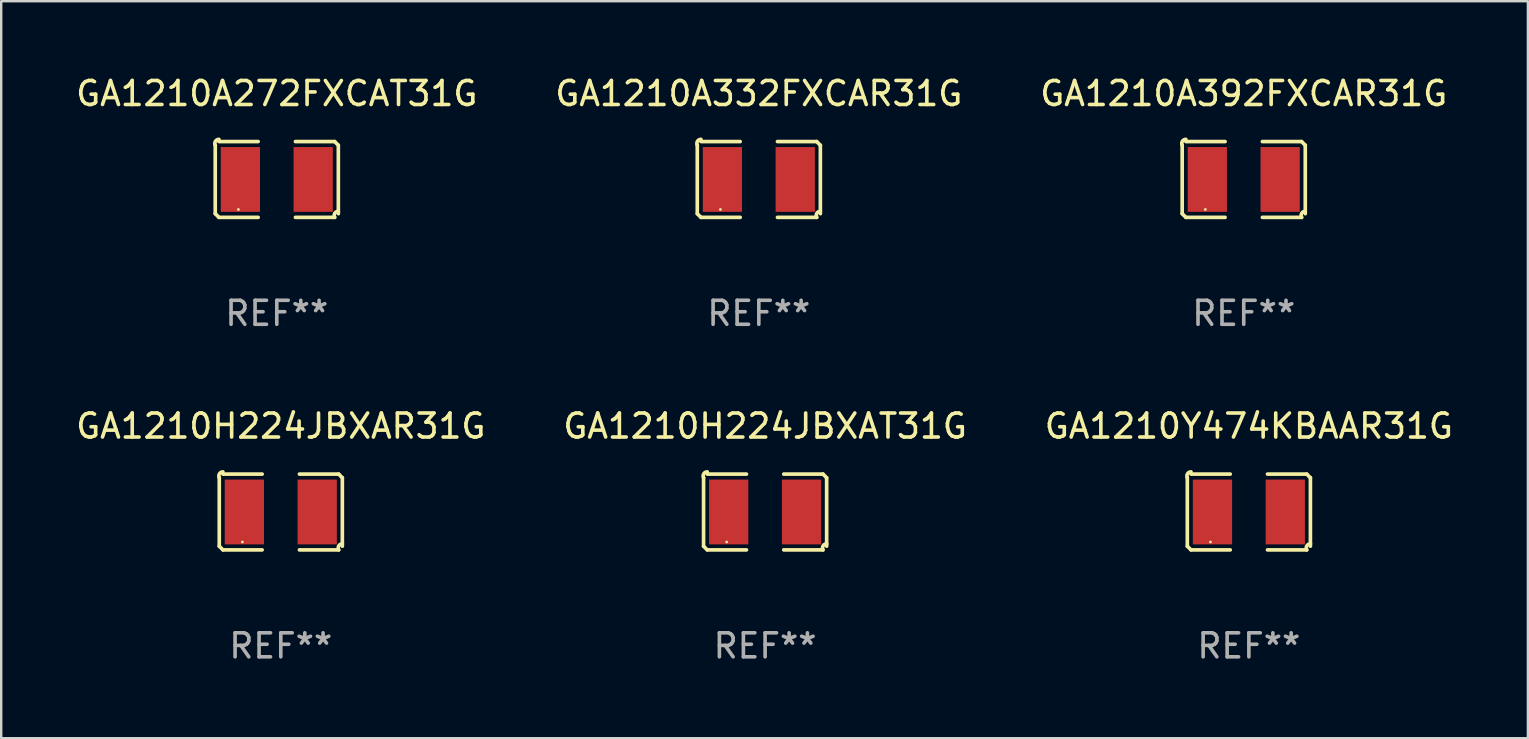
<source format=kicad_pcb>
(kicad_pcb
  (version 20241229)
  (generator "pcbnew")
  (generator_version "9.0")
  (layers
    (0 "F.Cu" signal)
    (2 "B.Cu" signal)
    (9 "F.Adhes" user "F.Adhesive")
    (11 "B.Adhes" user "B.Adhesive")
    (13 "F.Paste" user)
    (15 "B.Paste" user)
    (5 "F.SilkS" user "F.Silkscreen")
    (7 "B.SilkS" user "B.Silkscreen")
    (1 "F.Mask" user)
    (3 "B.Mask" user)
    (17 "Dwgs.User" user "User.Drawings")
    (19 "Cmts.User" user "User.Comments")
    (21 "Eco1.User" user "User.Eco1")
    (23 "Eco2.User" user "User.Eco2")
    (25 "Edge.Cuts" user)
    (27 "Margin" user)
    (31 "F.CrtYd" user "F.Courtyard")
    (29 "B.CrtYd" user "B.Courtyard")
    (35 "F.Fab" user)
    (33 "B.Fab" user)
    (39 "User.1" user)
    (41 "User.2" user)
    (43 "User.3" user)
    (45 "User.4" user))
  (footprint "GA1210Y474KBAAR31G"
    (layer "F.Cu")
    (at 48.982 18.281)
    (property "Reference" "GA1210Y474KBAAR31G" (at 0 -3.579 0) (layer "F.SilkS") (effects (font (size 1 1) (thickness 0.15))))
    (attr through_hole)
    (fp_line (start -2.564 1.426) (end -2.564 -1.426) (stroke (width 0.152) (type solid)) (layer "F.SilkS"))
    (fp_line (start -2.411 -1.579) (end -0.776 -1.579) (stroke (width 0.152) (type solid)) (layer "F.SilkS"))
    (fp_line (start -0.776 1.579) (end -2.411 1.579) (stroke (width 0.152) (type solid)) (layer "F.SilkS"))
    (fp_line (start 0.776 1.579) (end 2.411 1.579) (stroke (width 0.152) (type solid)) (layer "F.SilkS"))
    (fp_line (start 2.411 -1.579) (end 0.776 -1.579) (stroke (width 0.152) (type solid)) (layer "F.SilkS"))
    (fp_line (start 2.564 1.426) (end 2.564 -1.426) (stroke (width 0.152) (type solid)) (layer "F.SilkS"))
    (fp_arc (start -2.563602 -1.426213) (mid -2.555597 -1.591233) (end -2.411201 -1.671518) (stroke (width 0.1524) (type solid)) (layer "F.SilkS"))
    (fp_arc (start -2.5636 1.426214) (mid -2.487389 1.502402) (end -2.411201 1.578613) (stroke (width 0.1524) (type solid)) (layer "F.SilkS"))
    (fp_arc (start 2.411197 -1.578618) (mid 2.487403 -1.502419) (end 2.563602 -1.426213) (stroke (width 0.1524) (type solid)) (layer "F.SilkS"))
    (fp_arc (start 2.411201 1.578613) (mid 2.416214 1.409455) (end 2.563602 1.32629) (stroke (width 0.1524) (type solid)) (layer "F.SilkS"))
    (fp_circle (center -1.6 1.25) (end -1.57 1.25) (stroke (width 0.06) (type solid)) (fill no) (layer "F.SilkS"))
    (fp_text user "REF**" (at 0 5.579 0) (layer "F.Fab") (effects (font (size 1 1) (thickness 0.15))))
    (pad "1" smd rect (at -1.517 0) (size 1.635 2.7) (layers "F.Cu" "F.Mask" "F.Paste"))
    (pad "2" smd rect (at 1.517 0) (size 1.635 2.7) (layers "F.Cu" "F.Mask" "F.Paste")))
  (footprint "GA1210A332FXCAR31G"
    (layer "F.Cu")
    (at 28.565 4.427)
    (property "Reference" "GA1210A332FXCAR31G" (at 0 -3.579 0) (layer "F.SilkS") (effects (font (size 1 1) (thickness 0.15))))
    (attr through_hole)
    (fp_line (start -2.564 1.426) (end -2.564 -1.426) (stroke (width 0.152) (type solid)) (layer "F.SilkS"))
    (fp_line (start -2.411 -1.579) (end -0.776 -1.579) (stroke (width 0.152) (type solid)) (layer "F.SilkS"))
    (fp_line (start -0.776 1.579) (end -2.411 1.579) (stroke (width 0.152) (type solid)) (layer "F.SilkS"))
    (fp_line (start 0.776 1.579) (end 2.411 1.579) (stroke (width 0.152) (type solid)) (layer "F.SilkS"))
    (fp_line (start 2.411 -1.579) (end 0.776 -1.579) (stroke (width 0.152) (type solid)) (layer "F.SilkS"))
    (fp_line (start 2.564 1.426) (end 2.564 -1.426) (stroke (width 0.152) (type solid)) (layer "F.SilkS"))
    (fp_arc (start -2.563602 -1.426213) (mid -2.555597 -1.591233) (end -2.411201 -1.671518) (stroke (width 0.1524) (type solid)) (layer "F.SilkS"))
    (fp_arc (start -2.5636 1.426214) (mid -2.487389 1.502402) (end -2.411201 1.578613) (stroke (width 0.1524) (type solid)) (layer "F.SilkS"))
    (fp_arc (start 2.411197 -1.578618) (mid 2.487403 -1.502419) (end 2.563602 -1.426213) (stroke (width 0.1524) (type solid)) (layer "F.SilkS"))
    (fp_arc (start 2.411201 1.578613) (mid 2.416214 1.409455) (end 2.563602 1.32629) (stroke (width 0.1524) (type solid)) (layer "F.SilkS"))
    (fp_circle (center -1.6 1.25) (end -1.57 1.25) (stroke (width 0.06) (type solid)) (fill no) (layer "F.SilkS"))
    (fp_text user "REF**" (at 0 5.579 0) (layer "F.Fab") (effects (font (size 1 1) (thickness 0.15))))
    (pad "1" smd rect (at -1.517 0) (size 1.635 2.7) (layers "F.Cu" "F.Mask" "F.Paste"))
    (pad "2" smd rect (at 1.517 0) (size 1.635 2.7) (layers "F.Cu" "F.Mask" "F.Paste")))
  (footprint "GA1210H224JBXAT31G"
    (layer "F.Cu")
    (at 28.827 18.281)
    (property "Reference" "GA1210H224JBXAT31G" (at 0 -3.579 0) (layer "F.SilkS") (effects (font (size 1 1) (thickness 0.15))))
    (attr through_hole)
    (fp_line (start -2.564 1.426) (end -2.564 -1.426) (stroke (width 0.152) (type solid)) (layer "F.SilkS"))
    (fp_line (start -2.411 -1.579) (end -0.776 -1.579) (stroke (width 0.152) (type solid)) (layer "F.SilkS"))
    (fp_line (start -0.776 1.579) (end -2.411 1.579) (stroke (width 0.152) (type solid)) (layer "F.SilkS"))
    (fp_line (start 0.776 1.579) (end 2.411 1.579) (stroke (width 0.152) (type solid)) (layer "F.SilkS"))
    (fp_line (start 2.411 -1.579) (end 0.776 -1.579) (stroke (width 0.152) (type solid)) (layer "F.SilkS"))
    (fp_line (start 2.564 1.426) (end 2.564 -1.426) (stroke (width 0.152) (type solid)) (layer "F.SilkS"))
    (fp_arc (start -2.563602 -1.426213) (mid -2.555597 -1.591233) (end -2.411201 -1.671518) (stroke (width 0.1524) (type solid)) (layer "F.SilkS"))
    (fp_arc (start -2.5636 1.426214) (mid -2.487389 1.502402) (end -2.411201 1.578613) (stroke (width 0.1524) (type solid)) (layer "F.SilkS"))
    (fp_arc (start 2.411197 -1.578618) (mid 2.487403 -1.502419) (end 2.563602 -1.426213) (stroke (width 0.1524) (type solid)) (layer "F.SilkS"))
    (fp_arc (start 2.411201 1.578613) (mid 2.416214 1.409455) (end 2.563602 1.32629) (stroke (width 0.1524) (type solid)) (layer "F.SilkS"))
    (fp_circle (center -1.6 1.25) (end -1.57 1.25) (stroke (width 0.06) (type solid)) (fill no) (layer "F.SilkS"))
    (fp_text user "REF**" (at 0 5.579 0) (layer "F.Fab") (effects (font (size 1 1) (thickness 0.15))))
    (pad "1" smd rect (at -1.517 0) (size 1.635 2.7) (layers "F.Cu" "F.Mask" "F.Paste"))
    (pad "2" smd rect (at 1.517 0) (size 1.635 2.7) (layers "F.Cu" "F.Mask" "F.Paste")))
  (footprint "GA1210A272FXCAT31G"
    (layer "F.Cu")
    (at 8.482 4.427)
    (property "Reference" "GA1210A272FXCAT31G" (at 0 -3.579 0) (layer "F.SilkS") (effects (font (size 1 1) (thickness 0.15))))
    (attr through_hole)
    (fp_line (start -2.564 1.426) (end -2.564 -1.426) (stroke (width 0.152) (type solid)) (layer "F.SilkS"))
    (fp_line (start -2.411 -1.579) (end -0.776 -1.579) (stroke (width 0.152) (type solid)) (layer "F.SilkS"))
    (fp_line (start -0.776 1.579) (end -2.411 1.579) (stroke (width 0.152) (type solid)) (layer "F.SilkS"))
    (fp_line (start 0.776 1.579) (end 2.411 1.579) (stroke (width 0.152) (type solid)) (layer "F.SilkS"))
    (fp_line (start 2.411 -1.579) (end 0.776 -1.579) (stroke (width 0.152) (type solid)) (layer "F.SilkS"))
    (fp_line (start 2.564 1.426) (end 2.564 -1.426) (stroke (width 0.152) (type solid)) (layer "F.SilkS"))
    (fp_arc (start -2.563602 -1.426213) (mid -2.555597 -1.591233) (end -2.411201 -1.671518) (stroke (width 0.1524) (type solid)) (layer "F.SilkS"))
    (fp_arc (start -2.5636 1.426214) (mid -2.487389 1.502402) (end -2.411201 1.578613) (stroke (width 0.1524) (type solid)) (layer "F.SilkS"))
    (fp_arc (start 2.411197 -1.578618) (mid 2.487403 -1.502419) (end 2.563602 -1.426213) (stroke (width 0.1524) (type solid)) (layer "F.SilkS"))
    (fp_arc (start 2.411201 1.578613) (mid 2.416214 1.409455) (end 2.563602 1.32629) (stroke (width 0.1524) (type solid)) (layer "F.SilkS"))
    (fp_circle (center -1.6 1.25) (end -1.57 1.25) (stroke (width 0.06) (type solid)) (fill no) (layer "F.SilkS"))
    (fp_text user "REF**" (at 0 5.579 0) (layer "F.Fab") (effects (font (size 1 1) (thickness 0.15))))
    (pad "1" smd rect (at -1.517 0) (size 1.635 2.7) (layers "F.Cu" "F.Mask" "F.Paste"))
    (pad "2" smd rect (at 1.517 0) (size 1.635 2.7) (layers "F.Cu" "F.Mask" "F.Paste")))
  (footprint "GA1210A392FXCAR31G"
    (layer "F.Cu")
    (at 48.768 4.427)
    (property "Reference" "GA1210A392FXCAR31G" (at 0 -3.579 0) (layer "F.SilkS") (effects (font (size 1 1) (thickness 0.15))))
    (attr through_hole)
    (fp_line (start -2.564 1.426) (end -2.564 -1.426) (stroke (width 0.152) (type solid)) (layer "F.SilkS"))
    (fp_line (start -2.411 -1.579) (end -0.776 -1.579) (stroke (width 0.152) (type solid)) (layer "F.SilkS"))
    (fp_line (start -0.776 1.579) (end -2.411 1.579) (stroke (width 0.152) (type solid)) (layer "F.SilkS"))
    (fp_line (start 0.776 1.579) (end 2.411 1.579) (stroke (width 0.152) (type solid)) (layer "F.SilkS"))
    (fp_line (start 2.411 -1.579) (end 0.776 -1.579) (stroke (width 0.152) (type solid)) (layer "F.SilkS"))
    (fp_line (start 2.564 1.426) (end 2.564 -1.426) (stroke (width 0.152) (type solid)) (layer "F.SilkS"))
    (fp_arc (start -2.563602 -1.426213) (mid -2.555597 -1.591233) (end -2.411201 -1.671518) (stroke (width 0.1524) (type solid)) (layer "F.SilkS"))
    (fp_arc (start -2.5636 1.426214) (mid -2.487389 1.502402) (end -2.411201 1.578613) (stroke (width 0.1524) (type solid)) (layer "F.SilkS"))
    (fp_arc (start 2.411197 -1.578618) (mid 2.487403 -1.502419) (end 2.563602 -1.426213) (stroke (width 0.1524) (type solid)) (layer "F.SilkS"))
    (fp_arc (start 2.411201 1.578613) (mid 2.416214 1.409455) (end 2.563602 1.32629) (stroke (width 0.1524) (type solid)) (layer "F.SilkS"))
    (fp_circle (center -1.6 1.25) (end -1.57 1.25) (stroke (width 0.06) (type solid)) (fill no) (layer "F.SilkS"))
    (fp_text user "REF**" (at 0 5.579 0) (layer "F.Fab") (effects (font (size 1 1) (thickness 0.15))))
    (pad "1" smd rect (at -1.517 0) (size 1.635 2.7) (layers "F.Cu" "F.Mask" "F.Paste"))
    (pad "2" smd rect (at 1.517 0) (size 1.635 2.7) (layers "F.Cu" "F.Mask" "F.Paste")))
  (footprint "GA1210H224JBXAR31G"
    (layer "F.Cu")
    (at 8.649 18.281)
    (property "Reference" "GA1210H224JBXAR31G" (at 0 -3.579 0) (layer "F.SilkS") (effects (font (size 1 1) (thickness 0.15))))
    (attr through_hole)
    (fp_line (start -2.564 1.426) (end -2.564 -1.426) (stroke (width 0.152) (type solid)) (layer "F.SilkS"))
    (fp_line (start -2.411 -1.579) (end -0.776 -1.579) (stroke (width 0.152) (type solid)) (layer "F.SilkS"))
    (fp_line (start -0.776 1.579) (end -2.411 1.579) (stroke (width 0.152) (type solid)) (layer "F.SilkS"))
    (fp_line (start 0.776 1.579) (end 2.411 1.579) (stroke (width 0.152) (type solid)) (layer "F.SilkS"))
    (fp_line (start 2.411 -1.579) (end 0.776 -1.579) (stroke (width 0.152) (type solid)) (layer "F.SilkS"))
    (fp_line (start 2.564 1.426) (end 2.564 -1.426) (stroke (width 0.152) (type solid)) (layer "F.SilkS"))
    (fp_arc (start -2.563602 -1.426213) (mid -2.555597 -1.591233) (end -2.411201 -1.671518) (stroke (width 0.1524) (type solid)) (layer "F.SilkS"))
    (fp_arc (start -2.5636 1.426214) (mid -2.487389 1.502402) (end -2.411201 1.578613) (stroke (width 0.1524) (type solid)) (layer "F.SilkS"))
    (fp_arc (start 2.411197 -1.578618) (mid 2.487403 -1.502419) (end 2.563602 -1.426213) (stroke (width 0.1524) (type solid)) (layer "F.SilkS"))
    (fp_arc (start 2.411201 1.578613) (mid 2.416214 1.409455) (end 2.563602 1.32629) (stroke (width 0.1524) (type solid)) (layer "F.SilkS"))
    (fp_circle (center -1.6 1.25) (end -1.57 1.25) (stroke (width 0.06) (type solid)) (fill no) (layer "F.SilkS"))
    (fp_text user "REF**" (at 0 5.579 0) (layer "F.Fab") (effects (font (size 1 1) (thickness 0.15))))
    (pad "1" smd rect (at -1.517 0) (size 1.635 2.7) (layers "F.Cu" "F.Mask" "F.Paste"))
    (pad "2" smd rect (at 1.517 0) (size 1.635 2.7) (layers "F.Cu" "F.Mask" "F.Paste")))
  (gr_rect
    (start -3 -3)
    (end 60.607 27.707)
    (stroke (width 0.1) (type default))
    (fill no)
    (layer "Edge.Cuts")))
</source>
